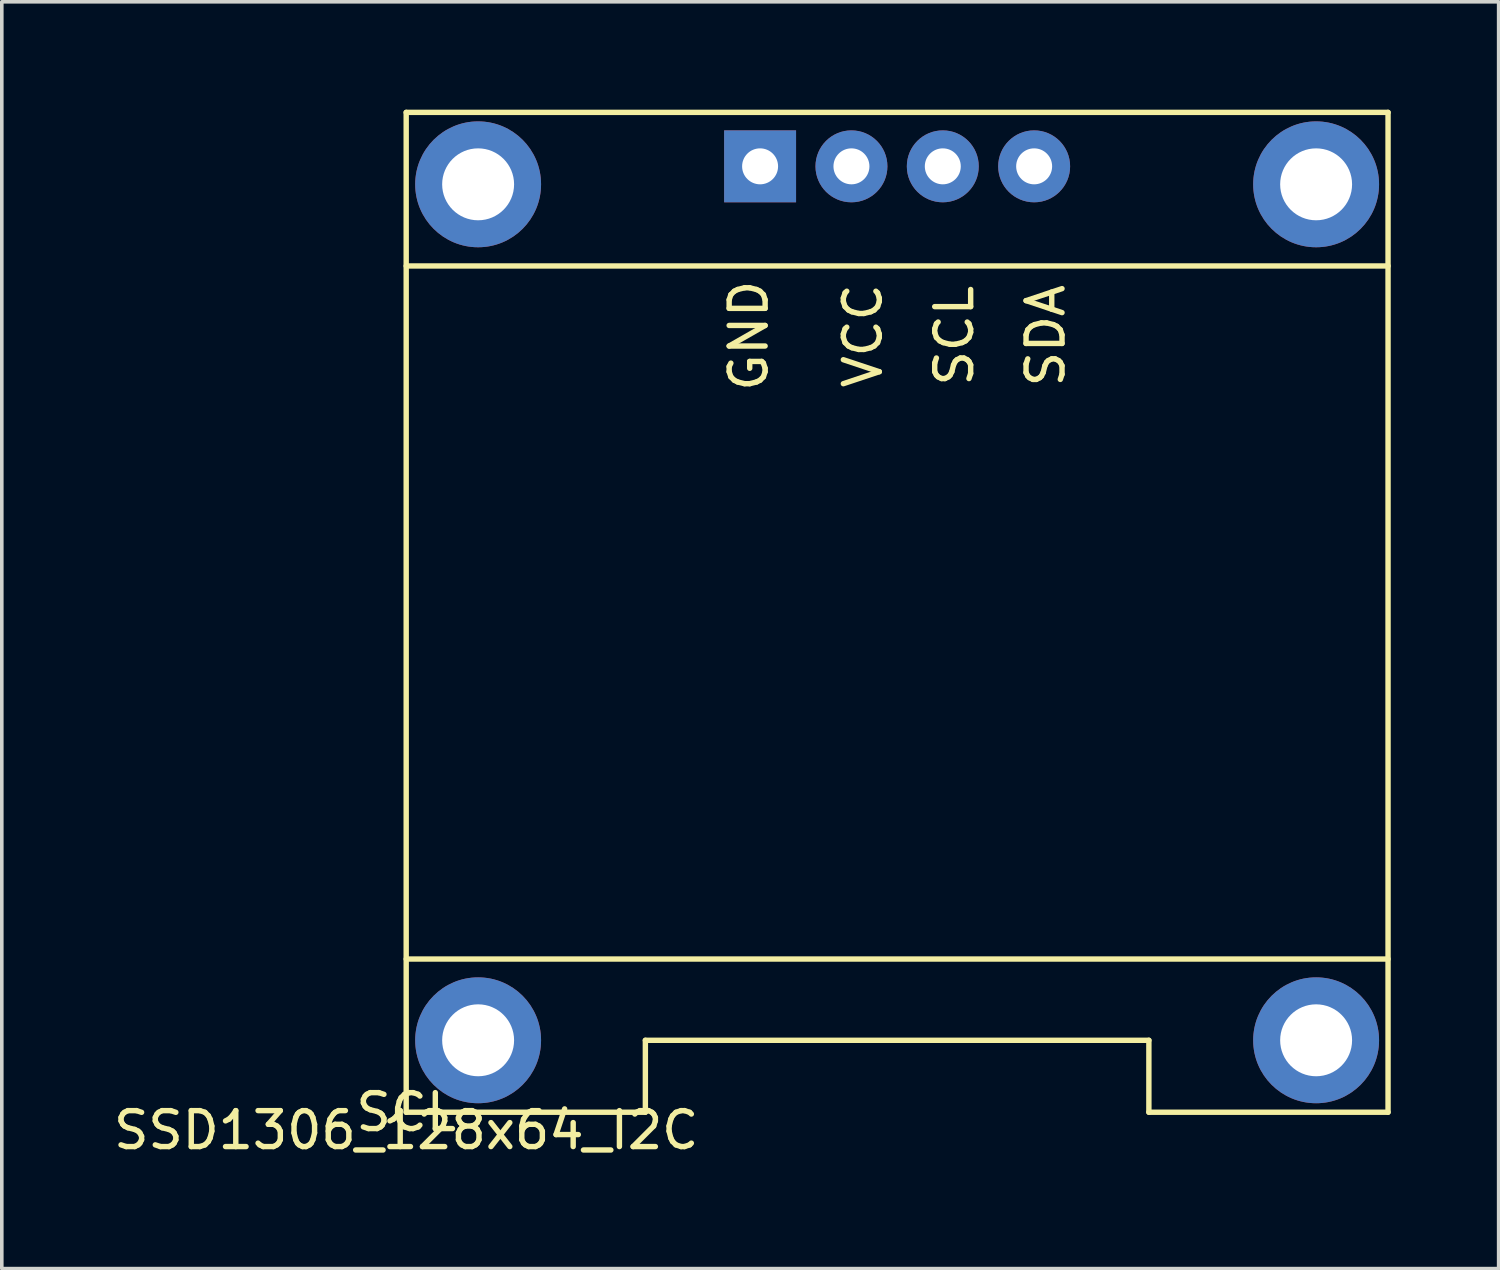
<source format=kicad_pcb>
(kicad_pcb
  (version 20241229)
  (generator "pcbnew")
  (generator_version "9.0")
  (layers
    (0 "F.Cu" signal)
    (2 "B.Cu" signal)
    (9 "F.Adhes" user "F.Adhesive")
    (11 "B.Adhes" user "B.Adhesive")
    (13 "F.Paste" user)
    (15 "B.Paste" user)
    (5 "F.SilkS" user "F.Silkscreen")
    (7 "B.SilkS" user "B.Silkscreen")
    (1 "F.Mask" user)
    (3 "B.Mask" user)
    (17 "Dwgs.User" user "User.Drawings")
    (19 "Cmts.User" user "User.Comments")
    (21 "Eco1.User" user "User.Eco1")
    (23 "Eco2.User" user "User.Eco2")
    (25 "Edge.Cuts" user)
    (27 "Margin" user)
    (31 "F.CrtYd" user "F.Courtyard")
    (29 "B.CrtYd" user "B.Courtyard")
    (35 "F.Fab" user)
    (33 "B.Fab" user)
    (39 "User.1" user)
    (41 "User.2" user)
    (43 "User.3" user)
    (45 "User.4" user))
  (footprint "SSD1306_128x64_I2C"
    (layer "F.Cu")
    (at 8.244 27.875)
    (property "Reference" "SSD1306_128x64_I2C" (at 0 0.5 0) (layer "F.SilkS") (effects (font (size 1 1) (thickness 0.15))))
    (attr through_hole)
    (fp_line (start 0 -27.8) (end 27.3 -27.8) (stroke (width 0.15) (type solid)) (layer "F.SilkS"))
    (fp_line (start 0 -23.53) (end 27.3 -23.53) (stroke (width 0.15) (type solid)) (layer "F.SilkS"))
    (fp_line (start 0 -4.26) (end 27.3 -4.26) (stroke (width 0.15) (type solid)) (layer "F.SilkS"))
    (fp_line (start 0 0) (end 0 -27.8) (stroke (width 0.15) (type solid)) (layer "F.SilkS"))
    (fp_line (start 0 0) (end 6.65 0) (stroke (width 0.15) (type solid)) (layer "F.SilkS"))
    (fp_line (start 6.65 -2) (end 20.65 -2) (stroke (width 0.15) (type solid)) (layer "F.SilkS"))
    (fp_line (start 6.65 0) (end 6.65 -2) (stroke (width 0.15) (type solid)) (layer "F.SilkS"))
    (fp_line (start 20.65 0) (end 20.65 -2) (stroke (width 0.15) (type solid)) (layer "F.SilkS"))
    (fp_line (start 20.65 0) (end 27.3 0) (stroke (width 0.15) (type solid)) (layer "F.SilkS"))
    (fp_line (start 27.3 0) (end 27.3 -27.8) (stroke (width 0.15) (type solid)) (layer "F.SilkS"))
    (fp_text user "GND" (at 9.525 -21.59 90) (layer "F.SilkS") (effects (font (size 1 1) (thickness 0.15))))
    (fp_text user "SCL" (at 15.24 -21.59 90) (layer "F.SilkS") (effects (font (size 1 1) (thickness 0.15))))
    (fp_text user "VCC" (at 12.7 -21.59 90) (layer "F.SilkS") (effects (font (size 1 1) (thickness 0.15))))
    (fp_text user "SDA" (at 17.78 -21.59 90) (layer "F.SilkS") (effects (font (size 1 1) (thickness 0.15))))
    (fp_text user "SCL" (at 0 0 0) (layer "F.SilkS") (effects (font (size 1 1) (thickness 0.15))))
    (pad "" np_thru_hole circle (at 2 -25.8) (size 3.5 3.5) (drill 2) (layers "*.Cu" "*.Mask"))
    (pad "" np_thru_hole circle (at 2 -2) (size 3.5 3.5) (drill 2) (layers "*.Cu" "*.Mask"))
    (pad "" np_thru_hole circle (at 25.3 -25.8) (size 3.5 3.5) (drill 2) (layers "*.Cu" "*.Mask"))
    (pad "" np_thru_hole circle (at 25.3 -2) (size 3.5 3.5) (drill 2) (layers "*.Cu" "*.Mask"))
    (pad "1" thru_hole rect (at 9.84 -26.3) (size 2 2) (drill 1) (layers "*.Cu" "*.Mask"))
    (pad "2" thru_hole circle (at 12.38 -26.3) (size 2 2) (drill 1) (layers "*.Cu" "*.Mask"))
    (pad "3" thru_hole circle (at 14.92 -26.3) (size 2 2) (drill 1) (layers "*.Cu" "*.Mask"))
    (pad "4" thru_hole circle (at 17.46 -26.3) (size 2 2) (drill 1) (layers "*.Cu" "*.Mask")))
  (gr_rect
    (start -3 -3)
    (end 38.619 32.223)
    (stroke (width 0.1) (type default))
    (fill no)
    (layer "Edge.Cuts")))
</source>
